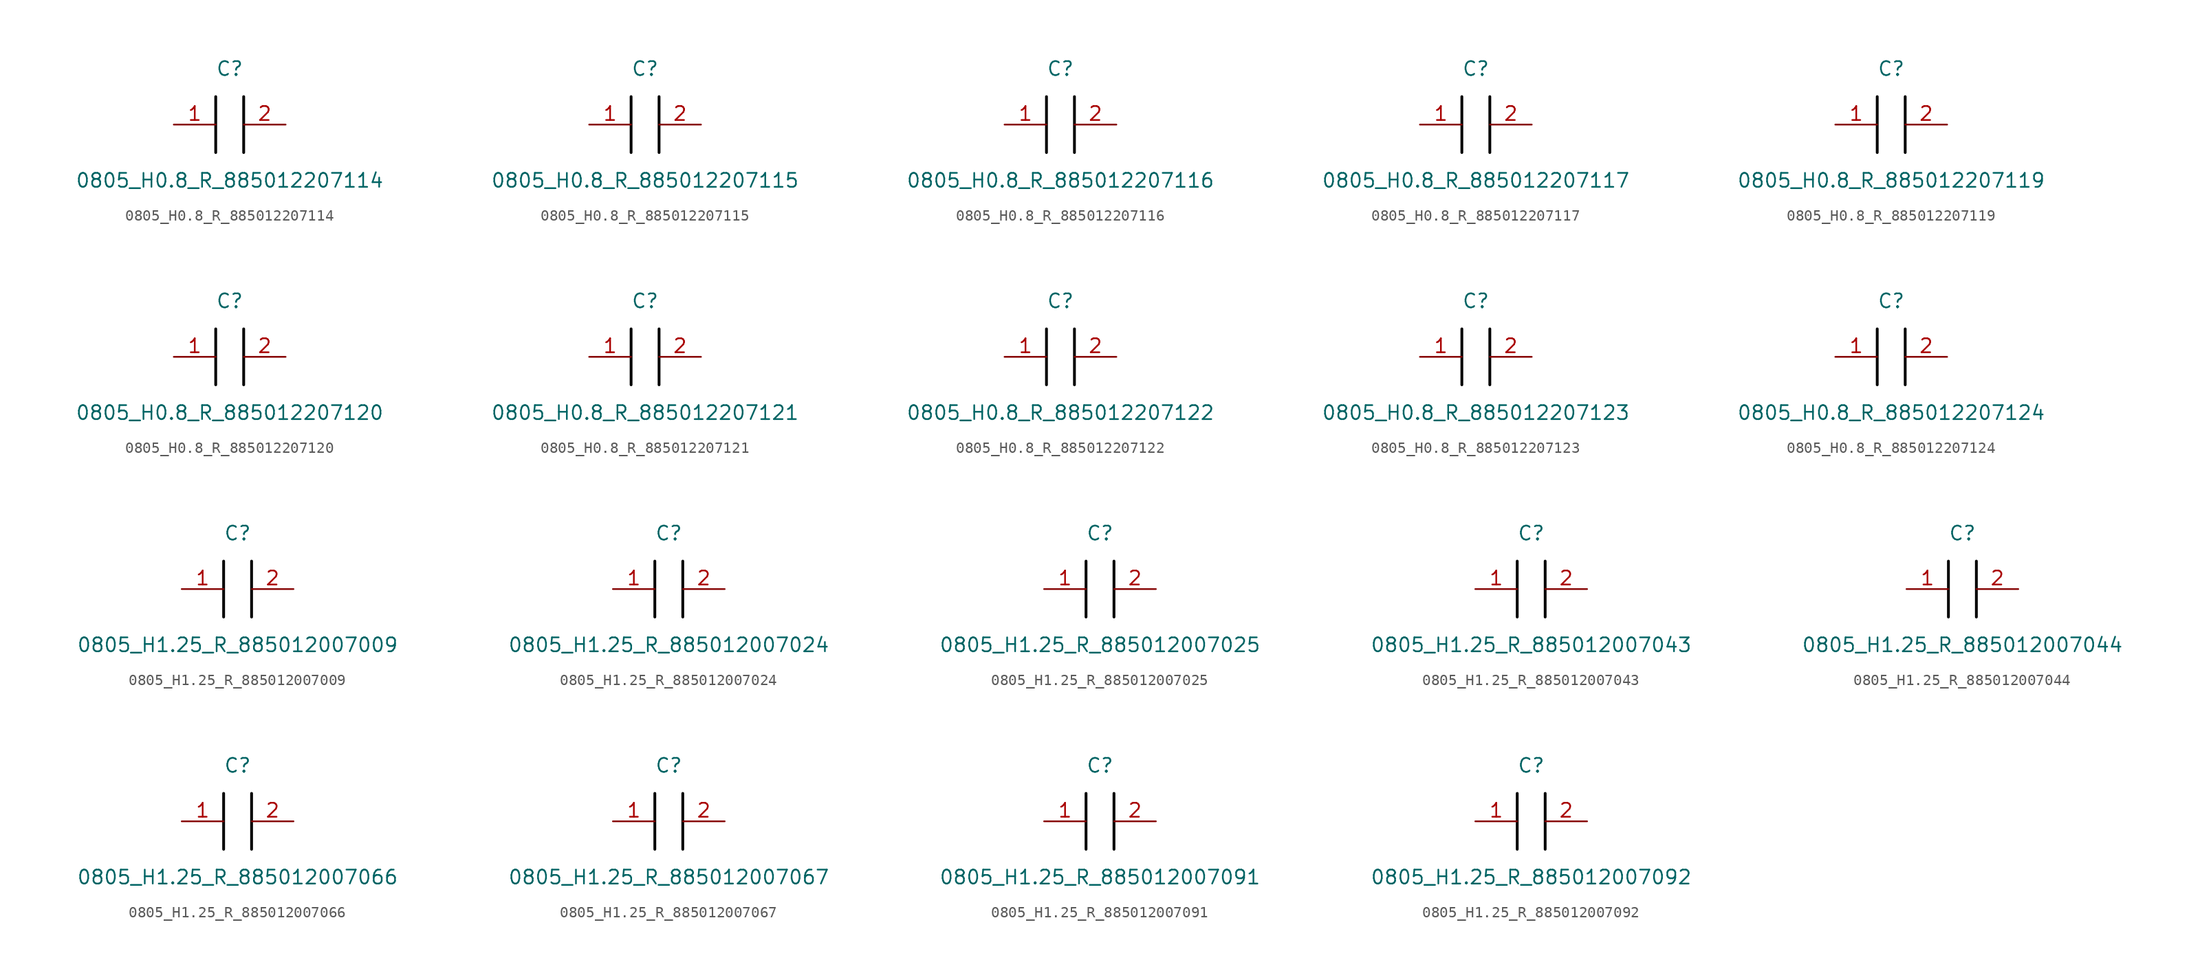
<source format=kicad_sym>
(kicad_symbol_lib
  (version 20220914)
  (generator kicad_symbol_editor)
  (symbol "0805_H0.8_R_885012207114"
    (pin_names hide)
    (property "Reference" "C"
      (at 0 5.08 0)
      (effects (font (size 1.27 1.27))))
    (property "Value" "0805_H0.8_R_885012207114"
      (at 0 -5.08 0)
      (effects (font (size 1.27 1.27))))
    (symbol "0805_H0.8_R_885012207114_1_1"
      (polyline (pts (xy -1.27 2.54) (xy -1.27 -2.54)) (stroke (width 0.254) (type default) (color 0 0 0 1)) (fill (type none)))
      (polyline (pts (xy 1.27 2.54) (xy 1.27 -2.54)) (stroke (width 0.254) (type default) (color 0 0 0 1)) (fill (type none)))
      (pin passive line (at -5.08 0 0) (length 3.81) (name "1" (effects (font (size 1.27 1.27)))) (number "1" (effects (font (size 1.27 1.27)))))
      (pin passive line (at 5.08 0 180) (length 3.81) (name "2" (effects (font (size 1.27 1.27)))) (number "2" (effects (font (size 1.27 1.27)))))))
  (symbol "0805_H0.8_R_885012207115"
    (pin_names hide)
    (property "Reference" "C"
      (at 0 5.08 0)
      (effects (font (size 1.27 1.27))))
    (property "Value" "0805_H0.8_R_885012207115"
      (at 0 -5.08 0)
      (effects (font (size 1.27 1.27))))
    (symbol "0805_H0.8_R_885012207115_1_1"
      (polyline (pts (xy -1.27 2.54) (xy -1.27 -2.54)) (stroke (width 0.254) (type default) (color 0 0 0 1)) (fill (type none)))
      (polyline (pts (xy 1.27 2.54) (xy 1.27 -2.54)) (stroke (width 0.254) (type default) (color 0 0 0 1)) (fill (type none)))
      (pin passive line (at -5.08 0 0) (length 3.81) (name "1" (effects (font (size 1.27 1.27)))) (number "1" (effects (font (size 1.27 1.27)))))
      (pin passive line (at 5.08 0 180) (length 3.81) (name "2" (effects (font (size 1.27 1.27)))) (number "2" (effects (font (size 1.27 1.27)))))))
  (symbol "0805_H0.8_R_885012207116"
    (pin_names hide)
    (property "Reference" "C"
      (at 0 5.08 0)
      (effects (font (size 1.27 1.27))))
    (property "Value" "0805_H0.8_R_885012207116"
      (at 0 -5.08 0)
      (effects (font (size 1.27 1.27))))
    (symbol "0805_H0.8_R_885012207116_1_1"
      (polyline (pts (xy -1.27 2.54) (xy -1.27 -2.54)) (stroke (width 0.254) (type default) (color 0 0 0 1)) (fill (type none)))
      (polyline (pts (xy 1.27 2.54) (xy 1.27 -2.54)) (stroke (width 0.254) (type default) (color 0 0 0 1)) (fill (type none)))
      (pin passive line (at -5.08 0 0) (length 3.81) (name "1" (effects (font (size 1.27 1.27)))) (number "1" (effects (font (size 1.27 1.27)))))
      (pin passive line (at 5.08 0 180) (length 3.81) (name "2" (effects (font (size 1.27 1.27)))) (number "2" (effects (font (size 1.27 1.27)))))))
  (symbol "0805_H0.8_R_885012207117"
    (pin_names hide)
    (property "Reference" "C"
      (at 0 5.08 0)
      (effects (font (size 1.27 1.27))))
    (property "Value" "0805_H0.8_R_885012207117"
      (at 0 -5.08 0)
      (effects (font (size 1.27 1.27))))
    (symbol "0805_H0.8_R_885012207117_1_1"
      (polyline (pts (xy -1.27 2.54) (xy -1.27 -2.54)) (stroke (width 0.254) (type default) (color 0 0 0 1)) (fill (type none)))
      (polyline (pts (xy 1.27 2.54) (xy 1.27 -2.54)) (stroke (width 0.254) (type default) (color 0 0 0 1)) (fill (type none)))
      (pin passive line (at -5.08 0 0) (length 3.81) (name "1" (effects (font (size 1.27 1.27)))) (number "1" (effects (font (size 1.27 1.27)))))
      (pin passive line (at 5.08 0 180) (length 3.81) (name "2" (effects (font (size 1.27 1.27)))) (number "2" (effects (font (size 1.27 1.27)))))))
  (symbol "0805_H0.8_R_885012207119"
    (pin_names hide)
    (property "Reference" "C"
      (at 0 5.08 0)
      (effects (font (size 1.27 1.27))))
    (property "Value" "0805_H0.8_R_885012207119"
      (at 0 -5.08 0)
      (effects (font (size 1.27 1.27))))
    (symbol "0805_H0.8_R_885012207119_1_1"
      (polyline (pts (xy -1.27 2.54) (xy -1.27 -2.54)) (stroke (width 0.254) (type default) (color 0 0 0 1)) (fill (type none)))
      (polyline (pts (xy 1.27 2.54) (xy 1.27 -2.54)) (stroke (width 0.254) (type default) (color 0 0 0 1)) (fill (type none)))
      (pin passive line (at -5.08 0 0) (length 3.81) (name "1" (effects (font (size 1.27 1.27)))) (number "1" (effects (font (size 1.27 1.27)))))
      (pin passive line (at 5.08 0 180) (length 3.81) (name "2" (effects (font (size 1.27 1.27)))) (number "2" (effects (font (size 1.27 1.27)))))))
  (symbol "0805_H0.8_R_885012207120"
    (pin_names hide)
    (property "Reference" "C"
      (at 0 5.08 0)
      (effects (font (size 1.27 1.27))))
    (property "Value" "0805_H0.8_R_885012207120"
      (at 0 -5.08 0)
      (effects (font (size 1.27 1.27))))
    (symbol "0805_H0.8_R_885012207120_1_1"
      (polyline (pts (xy -1.27 2.54) (xy -1.27 -2.54)) (stroke (width 0.254) (type default) (color 0 0 0 1)) (fill (type none)))
      (polyline (pts (xy 1.27 2.54) (xy 1.27 -2.54)) (stroke (width 0.254) (type default) (color 0 0 0 1)) (fill (type none)))
      (pin passive line (at -5.08 0 0) (length 3.81) (name "1" (effects (font (size 1.27 1.27)))) (number "1" (effects (font (size 1.27 1.27)))))
      (pin passive line (at 5.08 0 180) (length 3.81) (name "2" (effects (font (size 1.27 1.27)))) (number "2" (effects (font (size 1.27 1.27)))))))
  (symbol "0805_H0.8_R_885012207121"
    (pin_names hide)
    (property "Reference" "C"
      (at 0 5.08 0)
      (effects (font (size 1.27 1.27))))
    (property "Value" "0805_H0.8_R_885012207121"
      (at 0 -5.08 0)
      (effects (font (size 1.27 1.27))))
    (symbol "0805_H0.8_R_885012207121_1_1"
      (polyline (pts (xy -1.27 2.54) (xy -1.27 -2.54)) (stroke (width 0.254) (type default) (color 0 0 0 1)) (fill (type none)))
      (polyline (pts (xy 1.27 2.54) (xy 1.27 -2.54)) (stroke (width 0.254) (type default) (color 0 0 0 1)) (fill (type none)))
      (pin passive line (at -5.08 0 0) (length 3.81) (name "1" (effects (font (size 1.27 1.27)))) (number "1" (effects (font (size 1.27 1.27)))))
      (pin passive line (at 5.08 0 180) (length 3.81) (name "2" (effects (font (size 1.27 1.27)))) (number "2" (effects (font (size 1.27 1.27)))))))
  (symbol "0805_H0.8_R_885012207122"
    (pin_names hide)
    (property "Reference" "C"
      (at 0 5.08 0)
      (effects (font (size 1.27 1.27))))
    (property "Value" "0805_H0.8_R_885012207122"
      (at 0 -5.08 0)
      (effects (font (size 1.27 1.27))))
    (symbol "0805_H0.8_R_885012207122_1_1"
      (polyline (pts (xy -1.27 2.54) (xy -1.27 -2.54)) (stroke (width 0.254) (type default) (color 0 0 0 1)) (fill (type none)))
      (polyline (pts (xy 1.27 2.54) (xy 1.27 -2.54)) (stroke (width 0.254) (type default) (color 0 0 0 1)) (fill (type none)))
      (pin passive line (at -5.08 0 0) (length 3.81) (name "1" (effects (font (size 1.27 1.27)))) (number "1" (effects (font (size 1.27 1.27)))))
      (pin passive line (at 5.08 0 180) (length 3.81) (name "2" (effects (font (size 1.27 1.27)))) (number "2" (effects (font (size 1.27 1.27)))))))
  (symbol "0805_H0.8_R_885012207123"
    (pin_names hide)
    (property "Reference" "C"
      (at 0 5.08 0)
      (effects (font (size 1.27 1.27))))
    (property "Value" "0805_H0.8_R_885012207123"
      (at 0 -5.08 0)
      (effects (font (size 1.27 1.27))))
    (symbol "0805_H0.8_R_885012207123_1_1"
      (polyline (pts (xy -1.27 2.54) (xy -1.27 -2.54)) (stroke (width 0.254) (type default) (color 0 0 0 1)) (fill (type none)))
      (polyline (pts (xy 1.27 2.54) (xy 1.27 -2.54)) (stroke (width 0.254) (type default) (color 0 0 0 1)) (fill (type none)))
      (pin passive line (at -5.08 0 0) (length 3.81) (name "1" (effects (font (size 1.27 1.27)))) (number "1" (effects (font (size 1.27 1.27)))))
      (pin passive line (at 5.08 0 180) (length 3.81) (name "2" (effects (font (size 1.27 1.27)))) (number "2" (effects (font (size 1.27 1.27)))))))
  (symbol "0805_H0.8_R_885012207124"
    (pin_names hide)
    (property "Reference" "C"
      (at 0 5.08 0)
      (effects (font (size 1.27 1.27))))
    (property "Value" "0805_H0.8_R_885012207124"
      (at 0 -5.08 0)
      (effects (font (size 1.27 1.27))))
    (symbol "0805_H0.8_R_885012207124_1_1"
      (polyline (pts (xy -1.27 2.54) (xy -1.27 -2.54)) (stroke (width 0.254) (type default) (color 0 0 0 1)) (fill (type none)))
      (polyline (pts (xy 1.27 2.54) (xy 1.27 -2.54)) (stroke (width 0.254) (type default) (color 0 0 0 1)) (fill (type none)))
      (pin passive line (at -5.08 0 0) (length 3.81) (name "1" (effects (font (size 1.27 1.27)))) (number "1" (effects (font (size 1.27 1.27)))))
      (pin passive line (at 5.08 0 180) (length 3.81) (name "2" (effects (font (size 1.27 1.27)))) (number "2" (effects (font (size 1.27 1.27)))))))
  (symbol "0805_H1.25_R_885012007009"
    (pin_names hide)
    (property "Reference" "C"
      (at 0 5.08 0)
      (effects (font (size 1.27 1.27))))
    (property "Value" "0805_H1.25_R_885012007009"
      (at 0 -5.08 0)
      (effects (font (size 1.27 1.27))))
    (symbol "0805_H1.25_R_885012007009_1_1"
      (polyline (pts (xy -1.27 2.54) (xy -1.27 -2.54)) (stroke (width 0.254) (type default) (color 0 0 0 1)) (fill (type none)))
      (polyline (pts (xy 1.27 2.54) (xy 1.27 -2.54)) (stroke (width 0.254) (type default) (color 0 0 0 1)) (fill (type none)))
      (pin passive line (at -5.08 0 0) (length 3.81) (name "1" (effects (font (size 1.27 1.27)))) (number "1" (effects (font (size 1.27 1.27)))))
      (pin passive line (at 5.08 0 180) (length 3.81) (name "2" (effects (font (size 1.27 1.27)))) (number "2" (effects (font (size 1.27 1.27)))))))
  (symbol "0805_H1.25_R_885012007024"
    (pin_names hide)
    (property "Reference" "C"
      (at 0 5.08 0)
      (effects (font (size 1.27 1.27))))
    (property "Value" "0805_H1.25_R_885012007024"
      (at 0 -5.08 0)
      (effects (font (size 1.27 1.27))))
    (symbol "0805_H1.25_R_885012007024_1_1"
      (polyline (pts (xy -1.27 2.54) (xy -1.27 -2.54)) (stroke (width 0.254) (type default) (color 0 0 0 1)) (fill (type none)))
      (polyline (pts (xy 1.27 2.54) (xy 1.27 -2.54)) (stroke (width 0.254) (type default) (color 0 0 0 1)) (fill (type none)))
      (pin passive line (at -5.08 0 0) (length 3.81) (name "1" (effects (font (size 1.27 1.27)))) (number "1" (effects (font (size 1.27 1.27)))))
      (pin passive line (at 5.08 0 180) (length 3.81) (name "2" (effects (font (size 1.27 1.27)))) (number "2" (effects (font (size 1.27 1.27)))))))
  (symbol "0805_H1.25_R_885012007025"
    (pin_names hide)
    (property "Reference" "C"
      (at 0 5.08 0)
      (effects (font (size 1.27 1.27))))
    (property "Value" "0805_H1.25_R_885012007025"
      (at 0 -5.08 0)
      (effects (font (size 1.27 1.27))))
    (symbol "0805_H1.25_R_885012007025_1_1"
      (polyline (pts (xy -1.27 2.54) (xy -1.27 -2.54)) (stroke (width 0.254) (type default) (color 0 0 0 1)) (fill (type none)))
      (polyline (pts (xy 1.27 2.54) (xy 1.27 -2.54)) (stroke (width 0.254) (type default) (color 0 0 0 1)) (fill (type none)))
      (pin passive line (at -5.08 0 0) (length 3.81) (name "1" (effects (font (size 1.27 1.27)))) (number "1" (effects (font (size 1.27 1.27)))))
      (pin passive line (at 5.08 0 180) (length 3.81) (name "2" (effects (font (size 1.27 1.27)))) (number "2" (effects (font (size 1.27 1.27)))))))
  (symbol "0805_H1.25_R_885012007043"
    (pin_names hide)
    (property "Reference" "C"
      (at 0 5.08 0)
      (effects (font (size 1.27 1.27))))
    (property "Value" "0805_H1.25_R_885012007043"
      (at 0 -5.08 0)
      (effects (font (size 1.27 1.27))))
    (symbol "0805_H1.25_R_885012007043_1_1"
      (polyline (pts (xy -1.27 2.54) (xy -1.27 -2.54)) (stroke (width 0.254) (type default) (color 0 0 0 1)) (fill (type none)))
      (polyline (pts (xy 1.27 2.54) (xy 1.27 -2.54)) (stroke (width 0.254) (type default) (color 0 0 0 1)) (fill (type none)))
      (pin passive line (at -5.08 0 0) (length 3.81) (name "1" (effects (font (size 1.27 1.27)))) (number "1" (effects (font (size 1.27 1.27)))))
      (pin passive line (at 5.08 0 180) (length 3.81) (name "2" (effects (font (size 1.27 1.27)))) (number "2" (effects (font (size 1.27 1.27)))))))
  (symbol "0805_H1.25_R_885012007044"
    (pin_names hide)
    (property "Reference" "C"
      (at 0 5.08 0)
      (effects (font (size 1.27 1.27))))
    (property "Value" "0805_H1.25_R_885012007044"
      (at 0 -5.08 0)
      (effects (font (size 1.27 1.27))))
    (symbol "0805_H1.25_R_885012007044_1_1"
      (polyline (pts (xy -1.27 2.54) (xy -1.27 -2.54)) (stroke (width 0.254) (type default) (color 0 0 0 1)) (fill (type none)))
      (polyline (pts (xy 1.27 2.54) (xy 1.27 -2.54)) (stroke (width 0.254) (type default) (color 0 0 0 1)) (fill (type none)))
      (pin passive line (at -5.08 0 0) (length 3.81) (name "1" (effects (font (size 1.27 1.27)))) (number "1" (effects (font (size 1.27 1.27)))))
      (pin passive line (at 5.08 0 180) (length 3.81) (name "2" (effects (font (size 1.27 1.27)))) (number "2" (effects (font (size 1.27 1.27)))))))
  (symbol "0805_H1.25_R_885012007066"
    (pin_names hide)
    (property "Reference" "C"
      (at 0 5.08 0)
      (effects (font (size 1.27 1.27))))
    (property "Value" "0805_H1.25_R_885012007066"
      (at 0 -5.08 0)
      (effects (font (size 1.27 1.27))))
    (symbol "0805_H1.25_R_885012007066_1_1"
      (polyline (pts (xy -1.27 2.54) (xy -1.27 -2.54)) (stroke (width 0.254) (type default) (color 0 0 0 1)) (fill (type none)))
      (polyline (pts (xy 1.27 2.54) (xy 1.27 -2.54)) (stroke (width 0.254) (type default) (color 0 0 0 1)) (fill (type none)))
      (pin passive line (at -5.08 0 0) (length 3.81) (name "1" (effects (font (size 1.27 1.27)))) (number "1" (effects (font (size 1.27 1.27)))))
      (pin passive line (at 5.08 0 180) (length 3.81) (name "2" (effects (font (size 1.27 1.27)))) (number "2" (effects (font (size 1.27 1.27)))))))
  (symbol "0805_H1.25_R_885012007067"
    (pin_names hide)
    (property "Reference" "C"
      (at 0 5.08 0)
      (effects (font (size 1.27 1.27))))
    (property "Value" "0805_H1.25_R_885012007067"
      (at 0 -5.08 0)
      (effects (font (size 1.27 1.27))))
    (symbol "0805_H1.25_R_885012007067_1_1"
      (polyline (pts (xy -1.27 2.54) (xy -1.27 -2.54)) (stroke (width 0.254) (type default) (color 0 0 0 1)) (fill (type none)))
      (polyline (pts (xy 1.27 2.54) (xy 1.27 -2.54)) (stroke (width 0.254) (type default) (color 0 0 0 1)) (fill (type none)))
      (pin passive line (at -5.08 0 0) (length 3.81) (name "1" (effects (font (size 1.27 1.27)))) (number "1" (effects (font (size 1.27 1.27)))))
      (pin passive line (at 5.08 0 180) (length 3.81) (name "2" (effects (font (size 1.27 1.27)))) (number "2" (effects (font (size 1.27 1.27)))))))
  (symbol "0805_H1.25_R_885012007091"
    (pin_names hide)
    (property "Reference" "C"
      (at 0 5.08 0)
      (effects (font (size 1.27 1.27))))
    (property "Value" "0805_H1.25_R_885012007091"
      (at 0 -5.08 0)
      (effects (font (size 1.27 1.27))))
    (symbol "0805_H1.25_R_885012007091_1_1"
      (polyline (pts (xy -1.27 2.54) (xy -1.27 -2.54)) (stroke (width 0.254) (type default) (color 0 0 0 1)) (fill (type none)))
      (polyline (pts (xy 1.27 2.54) (xy 1.27 -2.54)) (stroke (width 0.254) (type default) (color 0 0 0 1)) (fill (type none)))
      (pin passive line (at -5.08 0 0) (length 3.81) (name "1" (effects (font (size 1.27 1.27)))) (number "1" (effects (font (size 1.27 1.27)))))
      (pin passive line (at 5.08 0 180) (length 3.81) (name "2" (effects (font (size 1.27 1.27)))) (number "2" (effects (font (size 1.27 1.27)))))))
  (symbol "0805_H1.25_R_885012007092"
    (pin_names hide)
    (property "Reference" "C"
      (at 0 5.08 0)
      (effects (font (size 1.27 1.27))))
    (property "Value" "0805_H1.25_R_885012007092"
      (at 0 -5.08 0)
      (effects (font (size 1.27 1.27))))
    (symbol "0805_H1.25_R_885012007092_1_1"
      (polyline (pts (xy -1.27 2.54) (xy -1.27 -2.54)) (stroke (width 0.254) (type default) (color 0 0 0 1)) (fill (type none)))
      (polyline (pts (xy 1.27 2.54) (xy 1.27 -2.54)) (stroke (width 0.254) (type default) (color 0 0 0 1)) (fill (type none)))
      (pin passive line (at -5.08 0 0) (length 3.81) (name "1" (effects (font (size 1.27 1.27)))) (number "1" (effects (font (size 1.27 1.27)))))
      (pin passive line (at 5.08 0 180) (length 3.81) (name "2" (effects (font (size 1.27 1.27)))) (number "2" (effects (font (size 1.27 1.27))))))))
</source>
